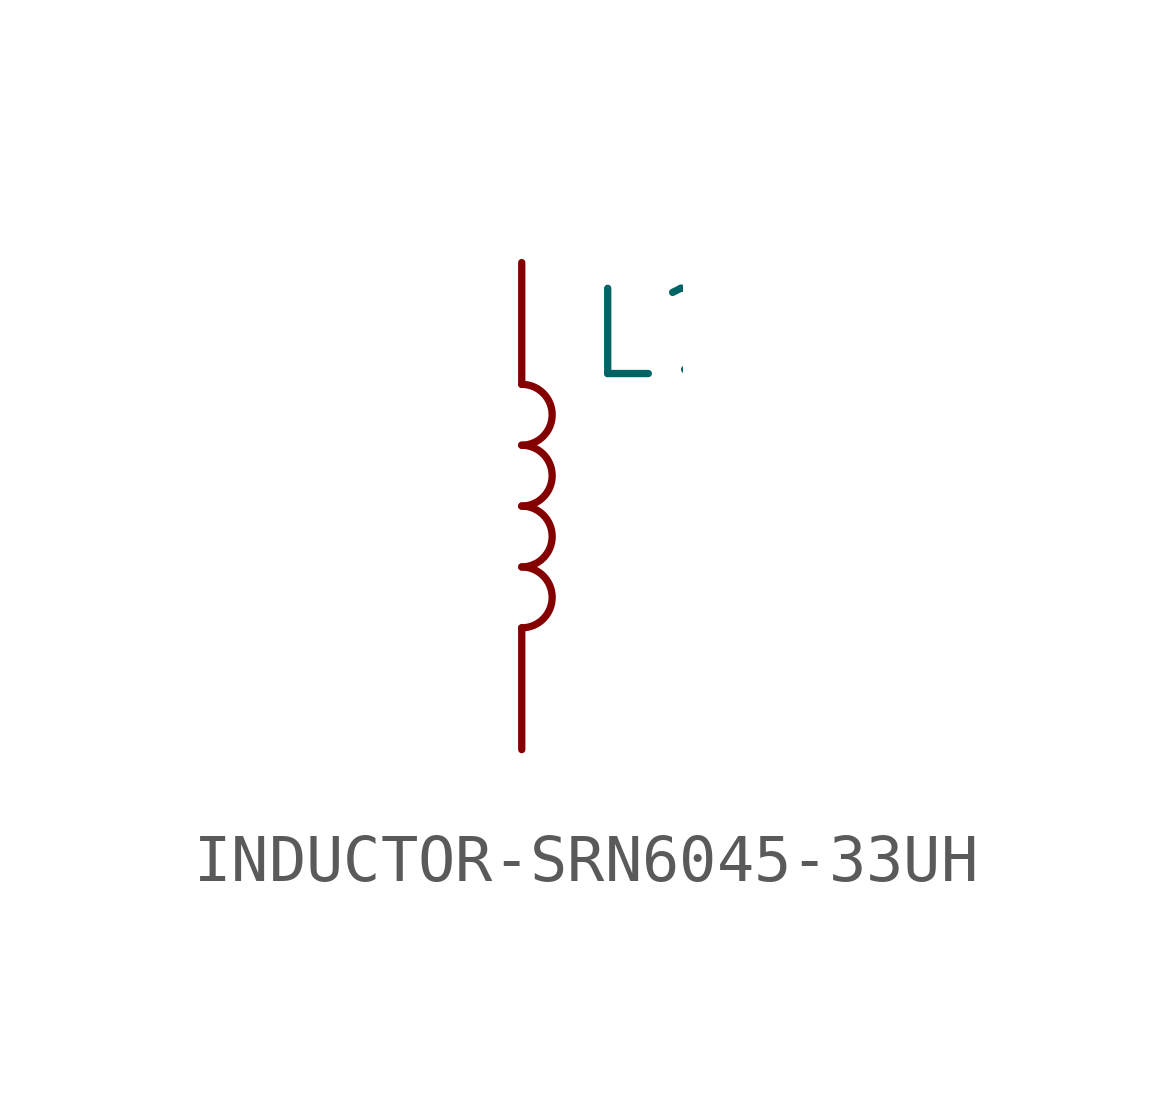
<source format=kicad_sym>
(kicad_symbol_lib
  (version 20220914)
  (generator kicad_symbol_editor)
  (symbol "INDUCTOR-SRN6045-33UH"
    (property "Reference" "L"
      (at 1.27 2.54 0)
      (effects (font (size 1.778 1.778)) (justify left bottom)))
    (property "Value" ""
      (at 1.27 -2.54 0)
      (effects (font (size 1.778 1.778)) (justify left top)))
    (property "ki_locked" ""
      (at 0 0 0)
      (effects (font (size 1.27 1.27))))
    (symbol "INDUCTOR-SRN6045-33UH_1_0"
      (arc (start 0 -2.54) (mid 0.6323 -1.905) (end 0 -1.27) (stroke (width 0.1524) (type solid)) (fill (type none)))
      (arc (start 0 -1.27) (mid 0.6323 -0.635) (end 0 0) (stroke (width 0.1524) (type solid)) (fill (type none)))
      (arc (start 0 0) (mid 0.6323 0.635) (end 0 1.27) (stroke (width 0.1524) (type solid)) (fill (type none)))
      (arc (start 0 1.27) (mid 0.6323 1.905) (end 0 2.54) (stroke (width 0.1524) (type solid)) (fill (type none)))
      (pin passive line (at 0 5.08 270) (length 2.54) (name "1" (effects (font (size 0 0)))) (number "1" (effects (font (size 0 0)))))
      (pin passive line (at 0 -5.08 90) (length 2.54) (name "2" (effects (font (size 0 0)))) (number "2" (effects (font (size 0 0))))))))
</source>
